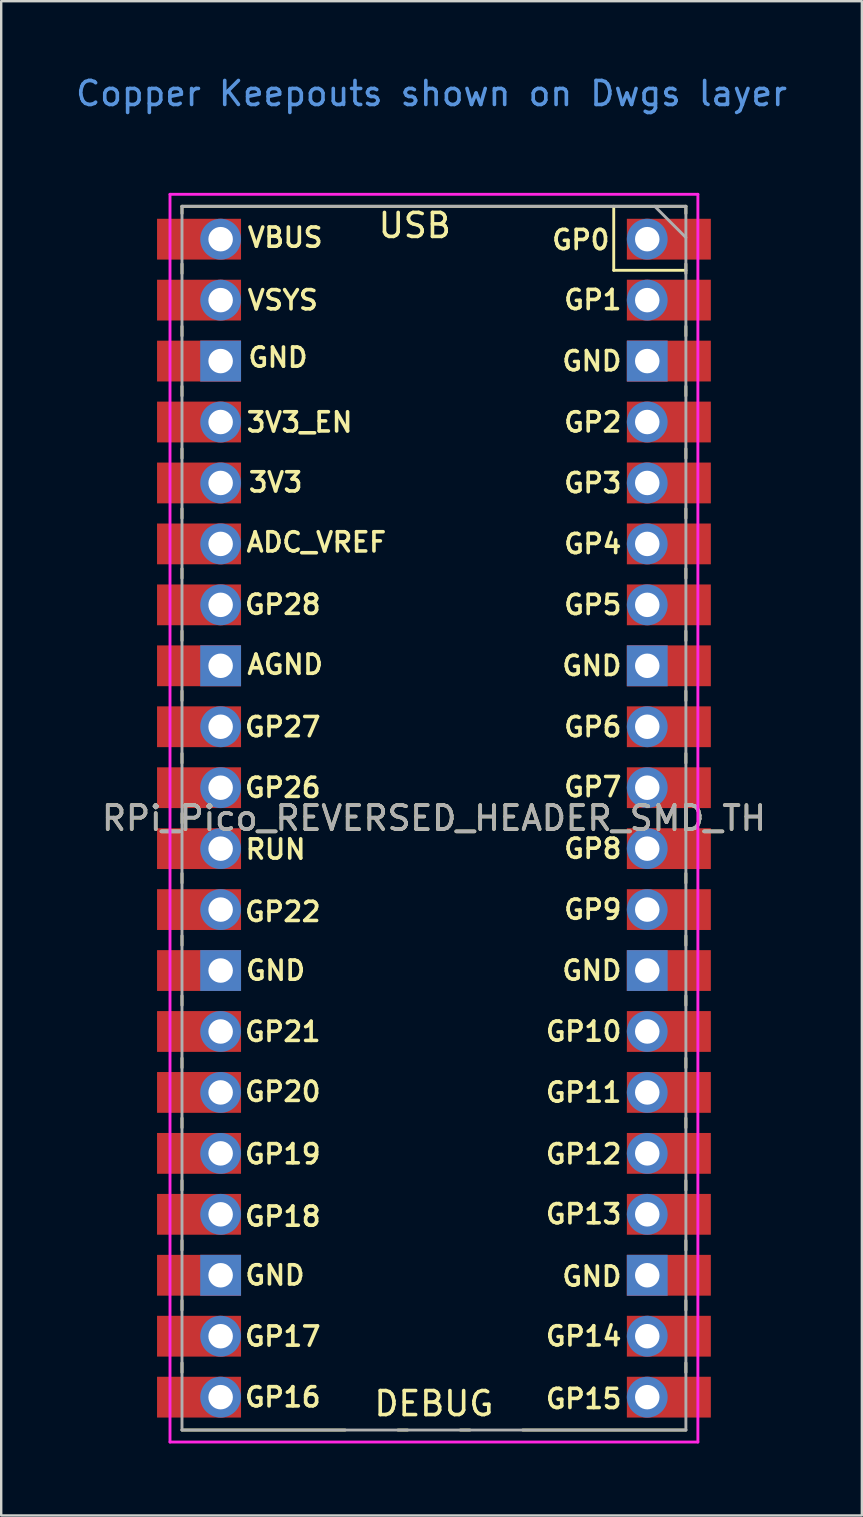
<source format=kicad_pcb>
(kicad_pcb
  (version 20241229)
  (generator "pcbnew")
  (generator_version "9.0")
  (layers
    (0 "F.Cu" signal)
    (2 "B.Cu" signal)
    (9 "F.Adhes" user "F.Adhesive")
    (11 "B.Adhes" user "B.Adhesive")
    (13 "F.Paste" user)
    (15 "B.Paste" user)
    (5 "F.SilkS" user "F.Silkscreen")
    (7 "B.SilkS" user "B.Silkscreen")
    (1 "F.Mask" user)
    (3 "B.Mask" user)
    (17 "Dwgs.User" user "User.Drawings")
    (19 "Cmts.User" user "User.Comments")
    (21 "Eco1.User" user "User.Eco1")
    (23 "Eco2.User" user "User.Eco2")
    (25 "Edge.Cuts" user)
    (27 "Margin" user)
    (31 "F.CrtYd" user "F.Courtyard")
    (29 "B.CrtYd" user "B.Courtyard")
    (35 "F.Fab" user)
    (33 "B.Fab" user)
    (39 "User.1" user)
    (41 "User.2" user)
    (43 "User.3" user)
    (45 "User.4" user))
  (footprint "RPi_Pico_REVERSED_HEADER_SMD_TH"
    (layer "F.Cu")
    (at 13.235 31.048)
    (property "Reference" "RPi_Pico_REVERSED_HEADER_SMD_TH" (at 1.8 0 0) (layer "F.SilkS") (effects (font (size 1 1) (thickness 0.15))))
    (attr through_hole)
    (fp_line (start -8.7 -25.5) (end -8.7 -25.2) (stroke (width 0.12) (type solid)) (layer "F.SilkS"))
    (fp_line (start -8.7 -23.1) (end -8.7 -22.7) (stroke (width 0.12) (type solid)) (layer "F.SilkS"))
    (fp_line (start -8.7 -20.5) (end -8.7 -20.1) (stroke (width 0.12) (type solid)) (layer "F.SilkS"))
    (fp_line (start -8.7 -18) (end -8.7 -17.6) (stroke (width 0.12) (type solid)) (layer "F.SilkS"))
    (fp_line (start -8.7 -15.4) (end -8.7 -15) (stroke (width 0.12) (type solid)) (layer "F.SilkS"))
    (fp_line (start -8.7 -12.9) (end -8.7 -12.5) (stroke (width 0.12) (type solid)) (layer "F.SilkS"))
    (fp_line (start -8.7 -10.4) (end -8.7 -10) (stroke (width 0.12) (type solid)) (layer "F.SilkS"))
    (fp_line (start -8.7 -7.8) (end -8.7 -7.4) (stroke (width 0.12) (type solid)) (layer "F.SilkS"))
    (fp_line (start -8.7 -5.3) (end -8.7 -4.9) (stroke (width 0.12) (type solid)) (layer "F.SilkS"))
    (fp_line (start -8.7 -2.7) (end -8.7 -2.3) (stroke (width 0.12) (type solid)) (layer "F.SilkS"))
    (fp_line (start -8.7 -0.2) (end -8.7 0.2) (stroke (width 0.12) (type solid)) (layer "F.SilkS"))
    (fp_line (start -8.7 2.3) (end -8.7 2.7) (stroke (width 0.12) (type solid)) (layer "F.SilkS"))
    (fp_line (start -8.7 4.9) (end -8.7 5.3) (stroke (width 0.12) (type solid)) (layer "F.SilkS"))
    (fp_line (start -8.7 7.4) (end -8.7 7.8) (stroke (width 0.12) (type solid)) (layer "F.SilkS"))
    (fp_line (start -8.7 10) (end -8.7 10.4) (stroke (width 0.12) (type solid)) (layer "F.SilkS"))
    (fp_line (start -8.7 12.5) (end -8.7 12.9) (stroke (width 0.12) (type solid)) (layer "F.SilkS"))
    (fp_line (start -8.7 15.1) (end -8.7 15.5) (stroke (width 0.12) (type solid)) (layer "F.SilkS"))
    (fp_line (start -8.7 17.6) (end -8.7 18) (stroke (width 0.12) (type solid)) (layer "F.SilkS"))
    (fp_line (start -8.7 20.1) (end -8.7 20.5) (stroke (width 0.12) (type solid)) (layer "F.SilkS"))
    (fp_line (start -8.7 22.7) (end -8.7 23.1) (stroke (width 0.12) (type solid)) (layer "F.SilkS"))
    (fp_line (start -8.7 25.5) (end -1.9 25.5) (stroke (width 0.12) (type solid)) (layer "F.SilkS"))
    (fp_line (start 0.7 25.5) (end 0.3 25.5) (stroke (width 0.12) (type solid)) (layer "F.SilkS"))
    (fp_line (start 3.3 25.5) (end 2.9 25.5) (stroke (width 0.12) (type solid)) (layer "F.SilkS"))
    (fp_line (start 5.5 25.5) (end 12.3 25.5) (stroke (width 0.12) (type solid)) (layer "F.SilkS"))
    (fp_line (start 9.293 -22.833) (end 9.293 -25.5) (stroke (width 0.12) (type solid)) (layer "F.SilkS"))
    (fp_line (start 12.3 -25.5) (end -8.7 -25.5) (stroke (width 0.12) (type solid)) (layer "F.SilkS"))
    (fp_line (start 12.3 -25.5) (end 12.3 -25.2) (stroke (width 0.12) (type solid)) (layer "F.SilkS"))
    (fp_line (start 12.3 -23.1) (end 12.3 -22.7) (stroke (width 0.12) (type solid)) (layer "F.SilkS"))
    (fp_line (start 12.3 -22.833) (end 9.293 -22.833) (stroke (width 0.12) (type solid)) (layer "F.SilkS"))
    (fp_line (start 12.3 -20.5) (end 12.3 -20.1) (stroke (width 0.12) (type solid)) (layer "F.SilkS"))
    (fp_line (start 12.3 -18) (end 12.3 -17.6) (stroke (width 0.12) (type solid)) (layer "F.SilkS"))
    (fp_line (start 12.3 -15.4) (end 12.3 -15) (stroke (width 0.12) (type solid)) (layer "F.SilkS"))
    (fp_line (start 12.3 -12.9) (end 12.3 -12.5) (stroke (width 0.12) (type solid)) (layer "F.SilkS"))
    (fp_line (start 12.3 -10.4) (end 12.3 -10) (stroke (width 0.12) (type solid)) (layer "F.SilkS"))
    (fp_line (start 12.3 -7.8) (end 12.3 -7.4) (stroke (width 0.12) (type solid)) (layer "F.SilkS"))
    (fp_line (start 12.3 -5.3) (end 12.3 -4.9) (stroke (width 0.12) (type solid)) (layer "F.SilkS"))
    (fp_line (start 12.3 -2.7) (end 12.3 -2.3) (stroke (width 0.12) (type solid)) (layer "F.SilkS"))
    (fp_line (start 12.3 -0.2) (end 12.3 0.2) (stroke (width 0.12) (type solid)) (layer "F.SilkS"))
    (fp_line (start 12.3 2.3) (end 12.3 2.7) (stroke (width 0.12) (type solid)) (layer "F.SilkS"))
    (fp_line (start 12.3 4.9) (end 12.3 5.3) (stroke (width 0.12) (type solid)) (layer "F.SilkS"))
    (fp_line (start 12.3 7.4) (end 12.3 7.8) (stroke (width 0.12) (type solid)) (layer "F.SilkS"))
    (fp_line (start 12.3 10) (end 12.3 10.4) (stroke (width 0.12) (type solid)) (layer "F.SilkS"))
    (fp_line (start 12.3 12.5) (end 12.3 12.9) (stroke (width 0.12) (type solid)) (layer "F.SilkS"))
    (fp_line (start 12.3 15.1) (end 12.3 15.5) (stroke (width 0.12) (type solid)) (layer "F.SilkS"))
    (fp_line (start 12.3 17.6) (end 12.3 18) (stroke (width 0.12) (type solid)) (layer "F.SilkS"))
    (fp_line (start 12.3 20.1) (end 12.3 20.5) (stroke (width 0.12) (type solid)) (layer "F.SilkS"))
    (fp_line (start 12.3 22.7) (end 12.3 23.1) (stroke (width 0.12) (type solid)) (layer "F.SilkS"))
    (fp_line (start -9.2 -26) (end -9.2 26) (stroke (width 0.12) (type solid)) (layer "F.CrtYd"))
    (fp_line (start -9.2 26) (end 12.8 26) (stroke (width 0.12) (type solid)) (layer "F.CrtYd"))
    (fp_line (start 12.8 -26) (end -9.2 -26) (stroke (width 0.12) (type solid)) (layer "F.CrtYd"))
    (fp_line (start 12.8 26) (end 12.8 -26) (stroke (width 0.12) (type solid)) (layer "F.CrtYd"))
    (fp_line (start -8.7 -25.5) (end -8.7 25.5) (stroke (width 0.12) (type solid)) (layer "F.Fab"))
    (fp_line (start -8.7 25.5) (end 12.3 25.5) (stroke (width 0.12) (type solid)) (layer "F.Fab"))
    (fp_line (start 12.3 -25.5) (end -8.7 -25.5) (stroke (width 0.12) (type solid)) (layer "F.Fab"))
    (fp_line (start 12.3 -24.2) (end 11 -25.5) (stroke (width 0.12) (type solid)) (layer "F.Fab"))
    (fp_line (start 12.3 25.5) (end 12.3 -25.5) (stroke (width 0.12) (type solid)) (layer "F.Fab"))
    (fp_text user "GP4" (at 9.7 -11.43 0) (layer "F.SilkS") (effects (font (size 0.8 0.8) (thickness 0.15)) (justify right)))
    (fp_text user "GP28" (at -4.5 -8.9 0) (layer "F.SilkS") (effects (font (size 0.8 0.8) (thickness 0.15))))
    (fp_text user "USB" (at 1 -24.7 0) (unlocked yes) (layer "F.SilkS") (effects (font (size 1 1) (thickness 0.15))))
    (fp_text user "AGND" (at -4.4 -6.4 0) (layer "F.SilkS") (effects (font (size 0.8 0.8) (thickness 0.15))))
    (fp_text user "GP21" (at -4.5 8.9 0) (layer "F.SilkS") (effects (font (size 0.8 0.8) (thickness 0.15))))
    (fp_text user "GP18" (at -4.5 16.6 0) (layer "F.SilkS") (effects (font (size 0.8 0.8) (thickness 0.15))))
    (fp_text user "GP12" (at 9.7 14 0) (layer "F.SilkS") (effects (font (size 0.8 0.8) (thickness 0.15)) (justify right)))
    (fp_text user "RUN" (at -4.8 1.3 0) (layer "F.SilkS") (effects (font (size 0.8 0.8) (thickness 0.15))))
    (fp_text user "GND" (at 9.7 -19.05 0) (layer "F.SilkS") (effects (font (size 0.8 0.8) (thickness 0.15)) (justify right)))
    (fp_text user "GP11" (at 9.7 11.43 0) (layer "F.SilkS") (effects (font (size 0.8 0.8) (thickness 0.15)) (justify right)))
    (fp_text user "VSYS" (at -4.5 -21.59 0) (layer "F.SilkS") (effects (font (size 0.8 0.8) (thickness 0.15))))
    (fp_text user "GP27" (at -4.5 -3.8 0) (layer "F.SilkS") (effects (font (size 0.8 0.8) (thickness 0.15))))
    (fp_text user "ADC_VREF" (at -3.1 -11.5 0) (layer "F.SilkS") (effects (font (size 0.8 0.8) (thickness 0.15))))
    (fp_text user "GP5" (at 9.7 -8.89 0) (layer "F.SilkS") (effects (font (size 0.8 0.8) (thickness 0.15)) (justify right)))
    (fp_text user "3V3_EN" (at -3.8 -16.5 0) (layer "F.SilkS") (effects (font (size 0.8 0.8) (thickness 0.15))))
    (fp_text user "GP13" (at 9.7 16.5 0) (layer "F.SilkS") (effects (font (size 0.8 0.8) (thickness 0.15)) (justify right)))
    (fp_text user "GP10" (at 9.7 8.89 0) (layer "F.SilkS") (effects (font (size 0.8 0.8) (thickness 0.15)) (justify right)))
    (fp_text user "GND" (at -4.7 -19.2 0) (layer "F.SilkS") (effects (font (size 0.8 0.8) (thickness 0.15))))
    (fp_text user "GP16" (at -4.5 24.13 0) (layer "F.SilkS") (effects (font (size 0.8 0.8) (thickness 0.15))))
    (fp_text user "GND" (at 9.7 19.1 0) (layer "F.SilkS") (effects (font (size 0.8 0.8) (thickness 0.15)) (justify right)))
    (fp_text user "GP26" (at -4.5 -1.27 0) (layer "F.SilkS") (effects (font (size 0.8 0.8) (thickness 0.15))))
    (fp_text user "GP20" (at -4.5 11.4 0) (layer "F.SilkS") (effects (font (size 0.8 0.8) (thickness 0.15))))
    (fp_text user "GP15" (at 9.7 24.2 0) (layer "F.SilkS") (effects (font (size 0.8 0.8) (thickness 0.15)) (justify right)))
    (fp_text user "GND" (at 9.7 -6.35 0) (layer "F.SilkS") (effects (font (size 0.8 0.8) (thickness 0.15)) (justify right)))
    (fp_text user "VBUS" (at -4.4 -24.2 0) (layer "F.SilkS") (effects (font (size 0.8 0.8) (thickness 0.15))))
    (fp_text user "GP3" (at 9.7 -13.97 0) (layer "F.SilkS") (effects (font (size 0.8 0.8) (thickness 0.15)) (justify right)))
    (fp_text user "GP8" (at 9.7 1.27 0) (layer "F.SilkS") (effects (font (size 0.8 0.8) (thickness 0.15)) (justify right)))
    (fp_text user "GP19" (at -4.5 14 0) (layer "F.SilkS") (effects (font (size 0.8 0.8) (thickness 0.15))))
    (fp_text user "3V3" (at -4.8 -14 0) (layer "F.SilkS") (effects (font (size 0.8 0.8) (thickness 0.15))))
    (fp_text user "GND" (at -4.8 6.35 0) (layer "F.SilkS") (effects (font (size 0.8 0.8) (thickness 0.15))))
    (fp_text user "GP6" (at 9.7 -3.8 0) (layer "F.SilkS") (effects (font (size 0.8 0.8) (thickness 0.15)) (justify right)))
    (fp_text user "GP9" (at 9.7 3.81 0) (layer "F.SilkS") (effects (font (size 0.8 0.8) (thickness 0.15)) (justify right)))
    (fp_text user "GND" (at 9.7 6.35 0) (layer "F.SilkS") (effects (font (size 0.8 0.8) (thickness 0.15)) (justify right)))
    (fp_text user "GP14" (at 9.7 21.59 0) (layer "F.SilkS") (effects (font (size 0.8 0.8) (thickness 0.15)) (justify right)))
    (fp_text user "GP17" (at -4.5 21.6 0) (layer "F.SilkS") (effects (font (size 0.8 0.8) (thickness 0.15))))
    (fp_text user "DEBUG" (at 1.8 24.4 0) (unlocked yes) (layer "F.SilkS") (effects (font (size 1 1) (thickness 0.15))))
    (fp_text user "GP1" (at 9.7 -21.6 0) (layer "F.SilkS") (effects (font (size 0.8 0.8) (thickness 0.15)) (justify right)))
    (fp_text user "GP2" (at 9.7 -16.5 0) (layer "F.SilkS") (effects (font (size 0.8 0.8) (thickness 0.15)) (justify right)))
    (fp_text user "GP0" (at 9.2 -24.1 0) (layer "F.SilkS") (effects (font (size 0.8 0.8) (thickness 0.15)) (justify right)))
    (fp_text user "GP7" (at 9.7 -1.3 0) (layer "F.SilkS") (effects (font (size 0.8 0.8) (thickness 0.15)) (justify right)))
    (fp_text user "GP22" (at -4.5 3.9 0) (layer "F.SilkS") (effects (font (size 0.8 0.8) (thickness 0.15))))
    (fp_text user "GND" (at -4.826 19.05 0) (layer "F.SilkS") (effects (font (size 0.8 0.8) (thickness 0.15))))
    (fp_text user "Copper Keepouts shown on Dwgs layer" (at 1.7 -30.2 0) (layer "Cmts.User") (effects (font (size 1 1) (thickness 0.15))))
    (fp_text user "${REFERENCE}" (at 1.8 0 180) (layer "F.Fab") (effects (font (size 1 1) (thickness 0.15))))
    (pad "1" thru_hole oval (at 10.69 -24.13) (size 1.7 1.7) (drill 1.02) (layers "*.Cu" "*.Mask"))
    (pad "1" smd rect (at 10.69 -24.13) (size 3.5 1.7) (drill (offset 0.9 0)) (layers "F.Cu" "F.Mask"))
    (pad "2" thru_hole oval (at 10.69 -21.59) (size 1.7 1.7) (drill 1.02) (layers "*.Cu" "*.Mask"))
    (pad "2" smd rect (at 10.69 -21.59) (size 3.5 1.7) (drill (offset 0.9 0)) (layers "F.Cu" "F.Mask"))
    (pad "3" thru_hole rect (at 10.69 -19.05) (size 1.7 1.7) (drill 1.02) (layers "*.Cu" "*.Mask"))
    (pad "3" smd rect (at 10.69 -19.05) (size 3.5 1.7) (drill (offset 0.9 0)) (layers "F.Cu" "F.Mask"))
    (pad "4" thru_hole oval (at 10.69 -16.51) (size 1.7 1.7) (drill 1.02) (layers "*.Cu" "*.Mask"))
    (pad "4" smd rect (at 10.69 -16.51) (size 3.5 1.7) (drill (offset 0.9 0)) (layers "F.Cu" "F.Mask"))
    (pad "5" thru_hole oval (at 10.69 -13.97) (size 1.7 1.7) (drill 1.02) (layers "*.Cu" "*.Mask"))
    (pad "5" smd rect (at 10.69 -13.97) (size 3.5 1.7) (drill (offset 0.9 0)) (layers "F.Cu" "F.Mask"))
    (pad "6" thru_hole oval (at 10.69 -11.43) (size 1.7 1.7) (drill 1.02) (layers "*.Cu" "*.Mask"))
    (pad "6" smd rect (at 10.69 -11.43) (size 3.5 1.7) (drill (offset 0.9 0)) (layers "F.Cu" "F.Mask"))
    (pad "7" thru_hole oval (at 10.69 -8.89) (size 1.7 1.7) (drill 1.02) (layers "*.Cu" "*.Mask"))
    (pad "7" smd rect (at 10.69 -8.89) (size 3.5 1.7) (drill (offset 0.9 0)) (layers "F.Cu" "F.Mask"))
    (pad "8" thru_hole rect (at 10.69 -6.35) (size 1.7 1.7) (drill 1.02) (layers "*.Cu" "*.Mask"))
    (pad "8" smd rect (at 10.69 -6.35) (size 3.5 1.7) (drill (offset 0.9 0)) (layers "F.Cu" "F.Mask"))
    (pad "9" thru_hole oval (at 10.69 -3.81) (size 1.7 1.7) (drill 1.02) (layers "*.Cu" "*.Mask"))
    (pad "9" smd rect (at 10.69 -3.81) (size 3.5 1.7) (drill (offset 0.9 0)) (layers "F.Cu" "F.Mask"))
    (pad "10" thru_hole oval (at 10.69 -1.27) (size 1.7 1.7) (drill 1.02) (layers "*.Cu" "*.Mask"))
    (pad "10" smd rect (at 10.69 -1.27) (size 3.5 1.7) (drill (offset 0.9 0)) (layers "F.Cu" "F.Mask"))
    (pad "11" thru_hole oval (at 10.69 1.27) (size 1.7 1.7) (drill 1.02) (layers "*.Cu" "*.Mask"))
    (pad "11" smd rect (at 10.69 1.27) (size 3.5 1.7) (drill (offset 0.9 0)) (layers "F.Cu" "F.Mask"))
    (pad "12" thru_hole oval (at 10.69 3.81) (size 1.7 1.7) (drill 1.02) (layers "*.Cu" "*.Mask"))
    (pad "12" smd rect (at 10.69 3.81) (size 3.5 1.7) (drill (offset 0.9 0)) (layers "F.Cu" "F.Mask"))
    (pad "13" thru_hole rect (at 10.69 6.35) (size 1.7 1.7) (drill 1.02) (layers "*.Cu" "*.Mask"))
    (pad "13" smd rect (at 10.69 6.35) (size 3.5 1.7) (drill (offset 0.9 0)) (layers "F.Cu" "F.Mask"))
    (pad "14" thru_hole oval (at 10.69 8.89) (size 1.7 1.7) (drill 1.02) (layers "*.Cu" "*.Mask"))
    (pad "14" smd rect (at 10.69 8.89) (size 3.5 1.7) (drill (offset 0.9 0)) (layers "F.Cu" "F.Mask"))
    (pad "15" thru_hole oval (at 10.69 11.43) (size 1.7 1.7) (drill 1.02) (layers "*.Cu" "*.Mask"))
    (pad "15" smd rect (at 10.69 11.43) (size 3.5 1.7) (drill (offset 0.9 0)) (layers "F.Cu" "F.Mask"))
    (pad "16" thru_hole oval (at 10.69 13.97) (size 1.7 1.7) (drill 1.02) (layers "*.Cu" "*.Mask"))
    (pad "16" smd rect (at 10.69 13.97) (size 3.5 1.7) (drill (offset 0.9 0)) (layers "F.Cu" "F.Mask"))
    (pad "17" thru_hole oval (at 10.69 16.51) (size 1.7 1.7) (drill 1.02) (layers "*.Cu" "*.Mask"))
    (pad "17" smd rect (at 10.69 16.51) (size 3.5 1.7) (drill (offset 0.9 0)) (layers "F.Cu" "F.Mask"))
    (pad "18" thru_hole rect (at 10.69 19.05) (size 1.7 1.7) (drill 1.02) (layers "*.Cu" "*.Mask"))
    (pad "18" smd rect (at 10.69 19.05) (size 3.5 1.7) (drill (offset 0.9 0)) (layers "F.Cu" "F.Mask"))
    (pad "19" thru_hole oval (at 10.69 21.59) (size 1.7 1.7) (drill 1.02) (layers "*.Cu" "*.Mask"))
    (pad "19" smd rect (at 10.69 21.59) (size 3.5 1.7) (drill (offset 0.9 0)) (layers "F.Cu" "F.Mask"))
    (pad "20" thru_hole oval (at 10.69 24.13) (size 1.7 1.7) (drill 1.02) (layers "*.Cu" "*.Mask"))
    (pad "20" smd rect (at 10.69 24.13) (size 3.5 1.7) (drill (offset 0.9 0)) (layers "F.Cu" "F.Mask"))
    (pad "21" thru_hole oval (at -7.09 24.13) (size 1.7 1.7) (drill 1.02) (layers "*.Cu" "*.Mask"))
    (pad "21" smd rect (at -7.09 24.13) (size 3.5 1.7) (drill (offset -0.9 0)) (layers "F.Cu" "F.Mask"))
    (pad "22" thru_hole oval (at -7.09 21.59) (size 1.7 1.7) (drill 1.02) (layers "*.Cu" "*.Mask"))
    (pad "22" smd rect (at -7.09 21.59) (size 3.5 1.7) (drill (offset -0.9 0)) (layers "F.Cu" "F.Mask"))
    (pad "23" thru_hole rect (at -7.09 19.05) (size 1.7 1.7) (drill 1.02) (layers "*.Cu" "*.Mask"))
    (pad "23" smd rect (at -7.09 19.05) (size 3.5 1.7) (drill (offset -0.9 0)) (layers "F.Cu" "F.Mask"))
    (pad "24" thru_hole oval (at -7.09 16.51) (size 1.7 1.7) (drill 1.02) (layers "*.Cu" "*.Mask"))
    (pad "24" smd rect (at -7.09 16.51) (size 3.5 1.7) (drill (offset -0.9 0)) (layers "F.Cu" "F.Mask"))
    (pad "25" thru_hole oval (at -7.09 13.97) (size 1.7 1.7) (drill 1.02) (layers "*.Cu" "*.Mask"))
    (pad "25" smd rect (at -7.09 13.97) (size 3.5 1.7) (drill (offset -0.9 0)) (layers "F.Cu" "F.Mask"))
    (pad "26" thru_hole oval (at -7.09 11.43) (size 1.7 1.7) (drill 1.02) (layers "*.Cu" "*.Mask"))
    (pad "26" smd rect (at -7.09 11.43) (size 3.5 1.7) (drill (offset -0.9 0)) (layers "F.Cu" "F.Mask"))
    (pad "27" thru_hole oval (at -7.09 8.89) (size 1.7 1.7) (drill 1.02) (layers "*.Cu" "*.Mask"))
    (pad "27" smd rect (at -7.09 8.89) (size 3.5 1.7) (drill (offset -0.9 0)) (layers "F.Cu" "F.Mask"))
    (pad "28" thru_hole rect (at -7.09 6.35) (size 1.7 1.7) (drill 1.02) (layers "*.Cu" "*.Mask"))
    (pad "28" smd rect (at -7.09 6.35) (size 3.5 1.7) (drill (offset -0.9 0)) (layers "F.Cu" "F.Mask"))
    (pad "29" thru_hole oval (at -7.09 3.81) (size 1.7 1.7) (drill 1.02) (layers "*.Cu" "*.Mask"))
    (pad "29" smd rect (at -7.09 3.81) (size 3.5 1.7) (drill (offset -0.9 0)) (layers "F.Cu" "F.Mask"))
    (pad "30" thru_hole oval (at -7.09 1.27) (size 1.7 1.7) (drill 1.02) (layers "*.Cu" "*.Mask"))
    (pad "30" smd rect (at -7.09 1.27) (size 3.5 1.7) (drill (offset -0.9 0)) (layers "F.Cu" "F.Mask"))
    (pad "31" thru_hole oval (at -7.09 -1.27) (size 1.7 1.7) (drill 1.02) (layers "*.Cu" "*.Mask"))
    (pad "31" smd rect (at -7.09 -1.27) (size 3.5 1.7) (drill (offset -0.9 0)) (layers "F.Cu" "F.Mask"))
    (pad "32" thru_hole oval (at -7.09 -3.81) (size 1.7 1.7) (drill 1.02) (layers "*.Cu" "*.Mask"))
    (pad "32" smd rect (at -7.09 -3.81) (size 3.5 1.7) (drill (offset -0.9 0)) (layers "F.Cu" "F.Mask"))
    (pad "33" thru_hole rect (at -7.09 -6.35) (size 1.7 1.7) (drill 1.02) (layers "*.Cu" "*.Mask"))
    (pad "33" smd rect (at -7.09 -6.35) (size 3.5 1.7) (drill (offset -0.9 0)) (layers "F.Cu" "F.Mask"))
    (pad "34" thru_hole oval (at -7.09 -8.89) (size 1.7 1.7) (drill 1.02) (layers "*.Cu" "*.Mask"))
    (pad "34" smd rect (at -7.09 -8.89) (size 3.5 1.7) (drill (offset -0.9 0)) (layers "F.Cu" "F.Mask"))
    (pad "35" thru_hole oval (at -7.09 -11.43) (size 1.7 1.7) (drill 1.02) (layers "*.Cu" "*.Mask"))
    (pad "35" smd rect (at -7.09 -11.43) (size 3.5 1.7) (drill (offset -0.9 0)) (layers "F.Cu" "F.Mask"))
    (pad "36" thru_hole oval (at -7.09 -13.97) (size 1.7 1.7) (drill 1.02) (layers "*.Cu" "*.Mask"))
    (pad "36" smd rect (at -7.09 -13.97) (size 3.5 1.7) (drill (offset -0.9 0)) (layers "F.Cu" "F.Mask"))
    (pad "37" thru_hole oval (at -7.09 -16.51) (size 1.7 1.7) (drill 1.02) (layers "*.Cu" "*.Mask"))
    (pad "37" smd rect (at -7.09 -16.51) (size 3.5 1.7) (drill (offset -0.9 0)) (layers "F.Cu" "F.Mask"))
    (pad "38" thru_hole rect (at -7.09 -19.05) (size 1.7 1.7) (drill 1.02) (layers "*.Cu" "*.Mask"))
    (pad "38" smd rect (at -7.09 -19.05) (size 3.5 1.7) (drill (offset -0.9 0)) (layers "F.Cu" "F.Mask"))
    (pad "39" thru_hole oval (at -7.09 -21.59) (size 1.7 1.7) (drill 1.02) (layers "*.Cu" "*.Mask"))
    (pad "39" smd rect (at -7.09 -21.59) (size 3.5 1.7) (drill (offset -0.9 0)) (layers "F.Cu" "F.Mask"))
    (pad "40" thru_hole oval (at -7.09 -24.13) (size 1.7 1.7) (drill 1.02) (layers "*.Cu" "*.Mask"))
    (pad "40" smd rect (at -7.09 -24.13) (size 3.5 1.7) (drill (offset -0.9 0)) (layers "F.Cu" "F.Mask")))
  (gr_rect
    (start -3 -3)
    (end 32.869 60.108)
    (stroke (width 0.1) (type default))
    (fill no)
    (layer "Edge.Cuts")))
</source>
